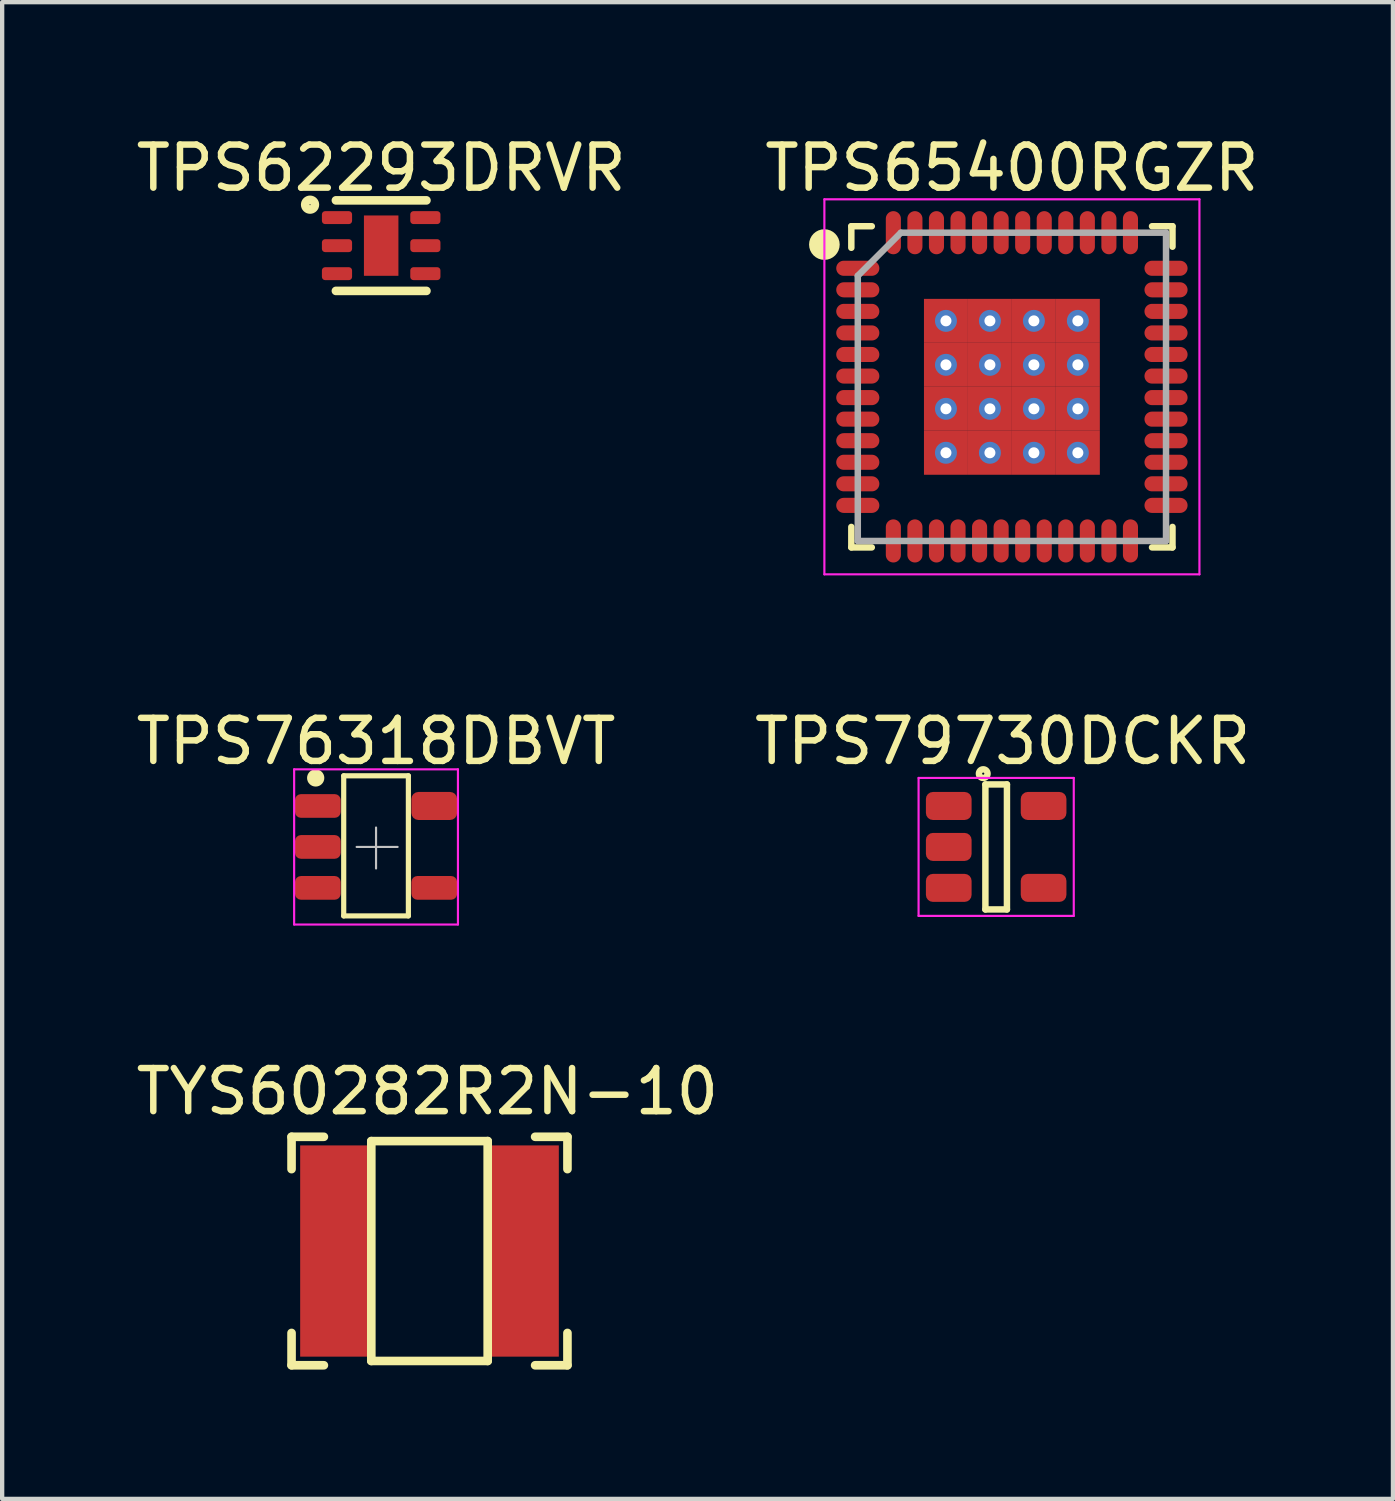
<source format=kicad_pcb>
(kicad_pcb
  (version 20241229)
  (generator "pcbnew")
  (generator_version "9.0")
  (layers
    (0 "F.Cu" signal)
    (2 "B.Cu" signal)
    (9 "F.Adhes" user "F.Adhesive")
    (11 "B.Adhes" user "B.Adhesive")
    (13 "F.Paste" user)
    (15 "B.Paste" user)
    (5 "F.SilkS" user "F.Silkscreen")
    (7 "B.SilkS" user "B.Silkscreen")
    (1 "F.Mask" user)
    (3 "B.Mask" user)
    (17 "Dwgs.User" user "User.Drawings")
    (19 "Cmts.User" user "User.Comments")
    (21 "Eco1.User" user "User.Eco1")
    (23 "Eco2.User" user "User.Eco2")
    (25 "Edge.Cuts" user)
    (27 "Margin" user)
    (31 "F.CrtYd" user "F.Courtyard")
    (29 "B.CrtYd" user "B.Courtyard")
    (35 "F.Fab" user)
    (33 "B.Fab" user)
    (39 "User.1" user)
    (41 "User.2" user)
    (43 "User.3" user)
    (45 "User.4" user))
  (footprint "TPS79730DCKR"
    (layer "F.Cu")
    (at 20.058 16.596)
    (property "Reference" "TPS79730DCKR" (at 0.15 -2.45 0) (layer "F.SilkS") (effects (font (size 1 1) (thickness 0.15))))
    (attr smd)
    (fp_line (start -0.25 -1.45) (end -0.25 1.45) (stroke (width 0.15) (type solid)) (layer "F.SilkS"))
    (fp_line (start -0.25 1.45) (end 0.25 1.45) (stroke (width 0.15) (type solid)) (layer "F.SilkS"))
    (fp_line (start 0.25 -1.45) (end -0.25 -1.45) (stroke (width 0.15) (type solid)) (layer "F.SilkS"))
    (fp_line (start 0.25 1.45) (end 0.25 -1.45) (stroke (width 0.15) (type solid)) (layer "F.SilkS"))
    (fp_circle (center -0.3 -1.7) (end -0.2 -1.7) (stroke (width 0.15) (type solid)) (fill no) (layer "F.SilkS"))
    (fp_line (start -1.8 -1.6) (end 1.8 -1.6) (stroke (width 0.05) (type solid)) (layer "F.CrtYd"))
    (fp_line (start -1.8 1.6) (end -1.8 -1.6) (stroke (width 0.05) (type solid)) (layer "F.CrtYd"))
    (fp_line (start 1.8 -1.6) (end 1.8 1.6) (stroke (width 0.05) (type solid)) (layer "F.CrtYd"))
    (fp_line (start 1.8 1.6) (end -1.8 1.6) (stroke (width 0.05) (type solid)) (layer "F.CrtYd"))
    (pad "1" smd roundrect (at -1.1 -0.95) (size 1.06 0.65) (layers "F.Cu" "F.Mask" "F.Paste") (roundrect_rratio 0.25))
    (pad "2" smd roundrect (at -1.1 0) (size 1.06 0.65) (layers "F.Cu" "F.Mask" "F.Paste") (roundrect_rratio 0.25))
    (pad "3" smd roundrect (at -1.1 0.95) (size 1.06 0.65) (layers "F.Cu" "F.Mask" "F.Paste") (roundrect_rratio 0.25))
    (pad "4" smd roundrect (at 1.1 0.95) (size 1.06 0.65) (layers "F.Cu" "F.Mask" "F.Paste") (roundrect_rratio 0.25))
    (pad "5" smd roundrect (at 1.1 -0.95) (size 1.06 0.65) (layers "F.Cu" "F.Mask" "F.Paste") (roundrect_rratio 0.25)))
  (footprint "TPS62293DRVR"
    (layer "F.Cu")
    (at 5.792 2.648)
    (property "Reference" "TPS62293DRVR" (at 0 -1.8 0) (layer "F.SilkS") (effects (font (size 1 1) (thickness 0.15))))
    (attr through_hole)
    (fp_line (start -1.05 -1.05) (end 1.05 -1.05) (stroke (width 0.2) (type solid)) (layer "F.SilkS"))
    (fp_line (start -1.05 1.05) (end 1.05 1.05) (stroke (width 0.2) (type solid)) (layer "F.SilkS"))
    (fp_circle (center -1.65 -0.95) (end -1.55 -0.9) (stroke (width 0.2) (type solid)) (fill no) (layer "F.SilkS"))
    (pad "1" smd roundrect (at -1.025 -0.65 90) (size 0.3 0.7) (layers "F.Cu" "F.Mask" "F.Paste") (roundrect_rratio 0.25))
    (pad "2" smd roundrect (at -1.025 0 90) (size 0.3 0.7) (layers "F.Cu" "F.Mask" "F.Paste") (roundrect_rratio 0.25))
    (pad "3" smd roundrect (at -1.025 0.65 90) (size 0.3 0.7) (layers "F.Cu" "F.Mask" "F.Paste") (roundrect_rratio 0.25))
    (pad "4" smd roundrect (at 1.025 0.65 90) (size 0.3 0.7) (layers "F.Cu" "F.Mask" "F.Paste") (roundrect_rratio 0.25))
    (pad "5" smd roundrect (at 1.025 0 90) (size 0.3 0.7) (layers "F.Cu" "F.Mask" "F.Paste") (roundrect_rratio 0.25))
    (pad "6" smd roundrect (at 1.025 -0.65 90) (size 0.3 0.7) (layers "F.Cu" "F.Mask" "F.Paste") (roundrect_rratio 0.25))
    (pad "7" smd rect (at 0 0) (size 0.8 1.4) (layers "F.Cu" "F.Mask" "F.Paste")))
  (footprint "TYS60282R2N-10"
    (layer "F.Cu")
    (at 6.913 25.97)
    (property "Reference" "TYS60282R2N-10" (at -0.05 -3.7 0) (layer "F.SilkS") (effects (font (size 1 1) (thickness 0.15))))
    (attr through_hole)
    (fp_line (start -3.2 -2.65) (end -2.45 -2.65) (stroke (width 0.2) (type solid)) (layer "F.SilkS"))
    (fp_line (start -3.2 -1.9) (end -3.2 -2.65) (stroke (width 0.2) (type solid)) (layer "F.SilkS"))
    (fp_line (start -3.2 2.65) (end -3.2 1.9) (stroke (width 0.2) (type solid)) (layer "F.SilkS"))
    (fp_line (start -2.45 2.65) (end -3.2 2.65) (stroke (width 0.2) (type solid)) (layer "F.SilkS"))
    (fp_line (start -1.35 2.55) (end -1.35 -2.55) (stroke (width 0.2) (type solid)) (layer "F.SilkS"))
    (fp_line (start 1.35 -2.55) (end -1.35 -2.55) (stroke (width 0.2) (type solid)) (layer "F.SilkS"))
    (fp_line (start 1.35 2.55) (end -1.35 2.55) (stroke (width 0.2) (type solid)) (layer "F.SilkS"))
    (fp_line (start 1.35 2.55) (end 1.35 -2.55) (stroke (width 0.2) (type solid)) (layer "F.SilkS"))
    (fp_line (start 2.45 -2.65) (end 3.2 -2.65) (stroke (width 0.2) (type solid)) (layer "F.SilkS"))
    (fp_line (start 3.2 -2.65) (end 3.2 -1.9) (stroke (width 0.2) (type solid)) (layer "F.SilkS"))
    (fp_line (start 3.2 1.9) (end 3.2 2.65) (stroke (width 0.2) (type solid)) (layer "F.SilkS"))
    (fp_line (start 3.2 2.65) (end 2.45 2.65) (stroke (width 0.2) (type solid)) (layer "F.SilkS"))
    (pad "1" smd rect (at -2.225 0) (size 1.55 4.9) (layers "F.Cu" "F.Mask" "F.Paste"))
    (pad "2" smd rect (at 2.225 0) (size 1.55 4.9) (layers "F.Cu" "F.Mask" "F.Paste")))
  (footprint "TPS65400RGZR"
    (layer "F.Cu")
    (at 20.423 5.923)
    (property "Reference" "TPS65400RGZR" (at 0 -5.075 0) (layer "F.SilkS") (effects (font (size 1 1) (thickness 0.15))))
    (attr smd)
    (fp_line (start -3.725 -3.725) (end -3.725 -3.225) (stroke (width 0.15) (type solid)) (layer "F.SilkS"))
    (fp_line (start -3.725 3.725) (end -3.725 3.25) (stroke (width 0.15) (type solid)) (layer "F.SilkS"))
    (fp_line (start -3.25 -3.725) (end -3.725 -3.725) (stroke (width 0.15) (type solid)) (layer "F.SilkS"))
    (fp_line (start -3.25 3.725) (end -3.725 3.725) (stroke (width 0.15) (type solid)) (layer "F.SilkS"))
    (fp_line (start 3.25 -3.725) (end 3.725 -3.725) (stroke (width 0.15) (type solid)) (layer "F.SilkS"))
    (fp_line (start 3.25 3.725) (end 3.725 3.725) (stroke (width 0.15) (type solid)) (layer "F.SilkS"))
    (fp_line (start 3.725 -3.725) (end 3.725 -3.25) (stroke (width 0.15) (type solid)) (layer "F.SilkS"))
    (fp_line (start 3.725 3.725) (end 3.725 3.25) (stroke (width 0.15) (type solid)) (layer "F.SilkS"))
    (fp_circle (center -4.35 -3.3) (end -4.25 -3.15) (stroke (width 0.35) (type solid)) (fill no) (layer "F.SilkS"))
    (fp_line (start -4.35 -4.35) (end 4.35 -4.35) (stroke (width 0.05) (type solid)) (layer "F.CrtYd"))
    (fp_line (start -4.35 4.35) (end -4.35 -4.35) (stroke (width 0.05) (type solid)) (layer "F.CrtYd"))
    (fp_line (start 4.35 -4.35) (end 4.35 4.35) (stroke (width 0.05) (type solid)) (layer "F.CrtYd"))
    (fp_line (start 4.35 4.35) (end -4.35 4.35) (stroke (width 0.05) (type solid)) (layer "F.CrtYd"))
    (fp_line (start -3.575 -2.575) (end -3.575 3.575) (stroke (width 0.15) (type solid)) (layer "F.Fab"))
    (fp_line (start -3.575 3.575) (end 3.575 3.575) (stroke (width 0.15) (type solid)) (layer "F.Fab"))
    (fp_line (start -2.575 -3.575) (end -3.575 -2.575) (stroke (width 0.15) (type solid)) (layer "F.Fab"))
    (fp_line (start 3.575 -3.575) (end -2.575 -3.575) (stroke (width 0.15) (type solid)) (layer "F.Fab"))
    (fp_line (start 3.575 3.575) (end 3.575 -3.575) (stroke (width 0.15) (type solid)) (layer "F.Fab"))
    (pad "1" smd oval (at -3.575 -2.75 90) (size 0.35 1) (layers "F.Cu" "F.Mask" "F.Paste"))
    (pad "2" smd oval (at -3.575 -2.25 90) (size 0.35 1) (layers "F.Cu" "F.Mask" "F.Paste"))
    (pad "3" smd oval (at -3.575 -1.75 90) (size 0.35 1) (layers "F.Cu" "F.Mask" "F.Paste"))
    (pad "4" smd oval (at -3.575 -1.25 90) (size 0.35 1) (layers "F.Cu" "F.Mask" "F.Paste"))
    (pad "5" smd oval (at -3.575 -0.75 90) (size 0.35 1) (layers "F.Cu" "F.Mask" "F.Paste"))
    (pad "6" smd oval (at -3.575 -0.25 90) (size 0.35 1) (layers "F.Cu" "F.Mask" "F.Paste"))
    (pad "7" smd oval (at -3.575 0.25 90) (size 0.35 1) (layers "F.Cu" "F.Mask" "F.Paste"))
    (pad "8" smd oval (at -3.575 0.75 90) (size 0.35 1) (layers "F.Cu" "F.Mask" "F.Paste"))
    (pad "9" smd oval (at -3.575 1.25 90) (size 0.35 1) (layers "F.Cu" "F.Mask" "F.Paste"))
    (pad "10" smd oval (at -3.575 1.75 90) (size 0.35 1) (layers "F.Cu" "F.Mask" "F.Paste"))
    (pad "11" smd oval (at -3.575 2.25 90) (size 0.35 1) (layers "F.Cu" "F.Mask" "F.Paste"))
    (pad "12" smd oval (at -3.575 2.75 90) (size 0.35 1) (layers "F.Cu" "F.Mask" "F.Paste"))
    (pad "13" smd oval (at -2.75 3.575) (size 0.35 1) (layers "F.Cu" "F.Mask" "F.Paste"))
    (pad "14" smd oval (at -2.25 3.575) (size 0.35 1) (layers "F.Cu" "F.Mask" "F.Paste"))
    (pad "15" smd oval (at -1.75 3.575) (size 0.35 1) (layers "F.Cu" "F.Mask" "F.Paste"))
    (pad "16" smd oval (at -1.25 3.575) (size 0.35 1) (layers "F.Cu" "F.Mask" "F.Paste"))
    (pad "17" smd oval (at -0.75 3.575) (size 0.35 1) (layers "F.Cu" "F.Mask" "F.Paste"))
    (pad "18" smd oval (at -0.25 3.575) (size 0.35 1) (layers "F.Cu" "F.Mask" "F.Paste"))
    (pad "19" smd oval (at 0.25 3.575) (size 0.35 1) (layers "F.Cu" "F.Mask" "F.Paste"))
    (pad "20" smd oval (at 0.75 3.575) (size 0.35 1) (layers "F.Cu" "F.Mask" "F.Paste"))
    (pad "21" smd oval (at 1.25 3.575) (size 0.35 1) (layers "F.Cu" "F.Mask" "F.Paste"))
    (pad "22" smd oval (at 1.75 3.575) (size 0.35 1) (layers "F.Cu" "F.Mask" "F.Paste"))
    (pad "23" smd oval (at 2.25 3.575) (size 0.35 1) (layers "F.Cu" "F.Mask" "F.Paste"))
    (pad "24" smd oval (at 2.75 3.575) (size 0.35 1) (layers "F.Cu" "F.Mask" "F.Paste"))
    (pad "25" smd oval (at 3.575 2.75 90) (size 0.35 1) (layers "F.Cu" "F.Mask" "F.Paste"))
    (pad "26" smd oval (at 3.575 2.25 90) (size 0.35 1) (layers "F.Cu" "F.Mask" "F.Paste"))
    (pad "27" smd oval (at 3.575 1.75 90) (size 0.35 1) (layers "F.Cu" "F.Mask" "F.Paste"))
    (pad "28" smd oval (at 3.575 1.25 90) (size 0.35 1) (layers "F.Cu" "F.Mask" "F.Paste"))
    (pad "29" smd oval (at 3.575 0.75 90) (size 0.35 1) (layers "F.Cu" "F.Mask" "F.Paste"))
    (pad "30" smd oval (at 3.575 0.25 90) (size 0.35 1) (layers "F.Cu" "F.Mask" "F.Paste"))
    (pad "31" smd oval (at 3.575 -0.25 90) (size 0.35 1) (layers "F.Cu" "F.Mask" "F.Paste"))
    (pad "32" smd oval (at 3.575 -0.75 90) (size 0.35 1) (layers "F.Cu" "F.Mask" "F.Paste"))
    (pad "33" smd oval (at 3.575 -1.25 90) (size 0.35 1) (layers "F.Cu" "F.Mask" "F.Paste"))
    (pad "34" smd oval (at 3.575 -1.75 90) (size 0.35 1) (layers "F.Cu" "F.Mask" "F.Paste"))
    (pad "35" smd oval (at 3.575 -2.25 90) (size 0.35 1) (layers "F.Cu" "F.Mask" "F.Paste"))
    (pad "36" smd oval (at 3.575 -2.75 90) (size 0.35 1) (layers "F.Cu" "F.Mask" "F.Paste"))
    (pad "37" smd oval (at 2.75 -3.575) (size 0.35 1) (layers "F.Cu" "F.Mask" "F.Paste"))
    (pad "38" smd oval (at 2.25 -3.575) (size 0.35 1) (layers "F.Cu" "F.Mask" "F.Paste"))
    (pad "39" smd oval (at 1.75 -3.575) (size 0.35 1) (layers "F.Cu" "F.Mask" "F.Paste"))
    (pad "40" smd oval (at 1.25 -3.575) (size 0.35 1) (layers "F.Cu" "F.Mask" "F.Paste"))
    (pad "41" smd oval (at 0.75 -3.575) (size 0.35 1) (layers "F.Cu" "F.Mask" "F.Paste"))
    (pad "42" smd oval (at 0.25 -3.575) (size 0.35 1) (layers "F.Cu" "F.Mask" "F.Paste"))
    (pad "43" smd oval (at -0.25 -3.575) (size 0.35 1) (layers "F.Cu" "F.Mask" "F.Paste"))
    (pad "44" smd oval (at -0.75 -3.575) (size 0.35 1) (layers "F.Cu" "F.Mask" "F.Paste"))
    (pad "45" smd oval (at -1.25 -3.575) (size 0.35 1) (layers "F.Cu" "F.Mask" "F.Paste"))
    (pad "46" smd oval (at -1.75 -3.575) (size 0.35 1) (layers "F.Cu" "F.Mask" "F.Paste"))
    (pad "47" smd oval (at -2.25 -3.575) (size 0.35 1) (layers "F.Cu" "F.Mask" "F.Paste"))
    (pad "48" smd oval (at -2.75 -3.575) (size 0.35 1) (layers "F.Cu" "F.Mask" "F.Paste"))
    (pad "49" thru_hole circle (at -1.53 -1.53) (size 0.51 0.51) (drill 0.255) (layers "*.Cu" "*.Mask"))
    (pad "49" smd rect (at -1.53 -1.53) (size 1.02 1.02) (layers "F.Cu" "F.Mask" "F.Paste"))
    (pad "49" thru_hole circle (at -1.53 -0.51) (size 0.51 0.51) (drill 0.255) (layers "*.Cu" "*.Mask"))
    (pad "49" smd rect (at -1.53 -0.51) (size 1.02 1.02) (layers "F.Cu" "F.Mask" "F.Paste"))
    (pad "49" thru_hole circle (at -1.53 0.51) (size 0.51 0.51) (drill 0.255) (layers "*.Cu" "*.Mask"))
    (pad "49" smd rect (at -1.53 0.51) (size 1.02 1.02) (layers "F.Cu" "F.Mask" "F.Paste"))
    (pad "49" thru_hole circle (at -1.53 1.53) (size 0.51 0.51) (drill 0.255) (layers "*.Cu" "*.Mask"))
    (pad "49" smd rect (at -1.53 1.53) (size 1.02 1.02) (layers "F.Cu" "F.Mask" "F.Paste"))
    (pad "49" thru_hole circle (at -0.51 -1.53) (size 0.51 0.51) (drill 0.255) (layers "*.Cu" "*.Mask"))
    (pad "49" smd rect (at -0.51 -1.53) (size 1.02 1.02) (layers "F.Cu" "F.Mask" "F.Paste"))
    (pad "49" thru_hole circle (at -0.51 -0.51) (size 0.51 0.51) (drill 0.255) (layers "*.Cu" "*.Mask"))
    (pad "49" smd rect (at -0.51 -0.51) (size 1.02 1.02) (layers "F.Cu" "F.Mask" "F.Paste"))
    (pad "49" thru_hole circle (at -0.51 0.51) (size 0.51 0.51) (drill 0.255) (layers "*.Cu" "*.Mask"))
    (pad "49" smd rect (at -0.51 0.51) (size 1.02 1.02) (layers "F.Cu" "F.Mask" "F.Paste"))
    (pad "49" thru_hole circle (at -0.51 1.53) (size 0.51 0.51) (drill 0.255) (layers "*.Cu" "*.Mask"))
    (pad "49" smd rect (at -0.51 1.53) (size 1.02 1.02) (layers "F.Cu" "F.Mask" "F.Paste"))
    (pad "49" thru_hole circle (at 0.51 -1.53) (size 0.51 0.51) (drill 0.255) (layers "*.Cu" "*.Mask"))
    (pad "49" smd rect (at 0.51 -1.53) (size 1.02 1.02) (layers "F.Cu" "F.Mask" "F.Paste"))
    (pad "49" thru_hole circle (at 0.51 -0.51) (size 0.51 0.51) (drill 0.255) (layers "*.Cu" "*.Mask"))
    (pad "49" smd rect (at 0.51 -0.51) (size 1.02 1.02) (layers "F.Cu" "F.Mask" "F.Paste"))
    (pad "49" thru_hole circle (at 0.51 0.51) (size 0.51 0.51) (drill 0.255) (layers "*.Cu" "*.Mask"))
    (pad "49" smd rect (at 0.51 0.51) (size 1.02 1.02) (layers "F.Cu" "F.Mask" "F.Paste"))
    (pad "49" thru_hole circle (at 0.51 1.53) (size 0.51 0.51) (drill 0.255) (layers "*.Cu" "*.Mask"))
    (pad "49" smd rect (at 0.51 1.53) (size 1.02 1.02) (layers "F.Cu" "F.Mask" "F.Paste"))
    (pad "49" thru_hole circle (at 1.53 -1.53) (size 0.51 0.51) (drill 0.255) (layers "*.Cu" "*.Mask"))
    (pad "49" smd rect (at 1.53 -1.53) (size 1.02 1.02) (layers "F.Cu" "F.Mask" "F.Paste"))
    (pad "49" thru_hole circle (at 1.53 -0.51) (size 0.51 0.51) (drill 0.255) (layers "*.Cu" "*.Mask"))
    (pad "49" smd rect (at 1.53 -0.51) (size 1.02 1.02) (layers "F.Cu" "F.Mask" "F.Paste"))
    (pad "49" thru_hole circle (at 1.53 0.51) (size 0.51 0.51) (drill 0.255) (layers "*.Cu" "*.Mask"))
    (pad "49" smd rect (at 1.53 0.51) (size 1.02 1.02) (layers "F.Cu" "F.Mask" "F.Paste"))
    (pad "49" thru_hole circle (at 1.53 1.53) (size 0.51 0.51) (drill 0.255) (layers "*.Cu" "*.Mask"))
    (pad "49" smd rect (at 1.53 1.53) (size 1.02 1.02) (layers "F.Cu" "F.Mask" "F.Paste")))
  (footprint "TPS76318DBVT"
    (layer "F.Cu")
    (at 5.673 16.596)
    (property "Reference" "TPS76318DBVT" (at 0 -2.45 0) (layer "F.SilkS") (effects (font (size 1 1) (thickness 0.15))))
    (attr smd)
    (fp_line (start -0.75 -1.65) (end -0.75 1.6) (stroke (width 0.12) (type solid)) (layer "F.SilkS"))
    (fp_line (start -0.75 -1.65) (end 0.75 -1.65) (stroke (width 0.12) (type solid)) (layer "F.SilkS"))
    (fp_line (start -0.75 1.6) (end 0.75 1.6) (stroke (width 0.12) (type solid)) (layer "F.SilkS"))
    (fp_line (start 0.75 -1.65) (end 0.75 1.6) (stroke (width 0.12) (type solid)) (layer "F.SilkS"))
    (fp_circle (center -1.4 -1.6) (end -1.4 -1.5) (stroke (width 0.2) (type solid)) (fill no) (layer "F.SilkS"))
    (fp_line (start -0.45 0) (end 0.5 0) (stroke (width 0.05) (type solid)) (layer "Dwgs.User"))
    (fp_line (start 0 -0.45) (end 0 0.5) (stroke (width 0.05) (type solid)) (layer "Dwgs.User"))
    (fp_line (start -1.9 -1.8) (end 1.9 -1.8) (stroke (width 0.05) (type solid)) (layer "F.CrtYd"))
    (fp_line (start -1.9 1.8) (end -1.9 -1.8) (stroke (width 0.05) (type solid)) (layer "F.CrtYd"))
    (fp_line (start 1.9 -1.8) (end 1.9 1.8) (stroke (width 0.05) (type solid)) (layer "F.CrtYd"))
    (fp_line (start 1.9 1.8) (end -1.9 1.8) (stroke (width 0.05) (type solid)) (layer "F.CrtYd"))
    (pad "1" smd roundrect (at -1.35 -0.95) (size 1.06 0.55) (layers "F.Cu" "F.Mask" "F.Paste") (roundrect_rratio 0.25))
    (pad "2" smd roundrect (at -1.35 0) (size 1.06 0.55) (layers "F.Cu" "F.Mask" "F.Paste") (roundrect_rratio 0.25))
    (pad "3" smd roundrect (at -1.35 0.95) (size 1.06 0.55) (layers "F.Cu" "F.Mask" "F.Paste") (roundrect_rratio 0.25))
    (pad "4" smd roundrect (at 1.35 0.95) (size 1.06 0.55) (layers "F.Cu" "F.Mask" "F.Paste") (roundrect_rratio 0.25))
    (pad "5" smd roundrect (at 1.35 -0.95) (size 1.06 0.65) (layers "F.Cu" "F.Mask" "F.Paste") (roundrect_rratio 0.25)))
  (gr_rect
    (start -3 -3)
    (end 29.262 31.72)
    (stroke (width 0.1) (type default))
    (fill no)
    (layer "Edge.Cuts")))
</source>
